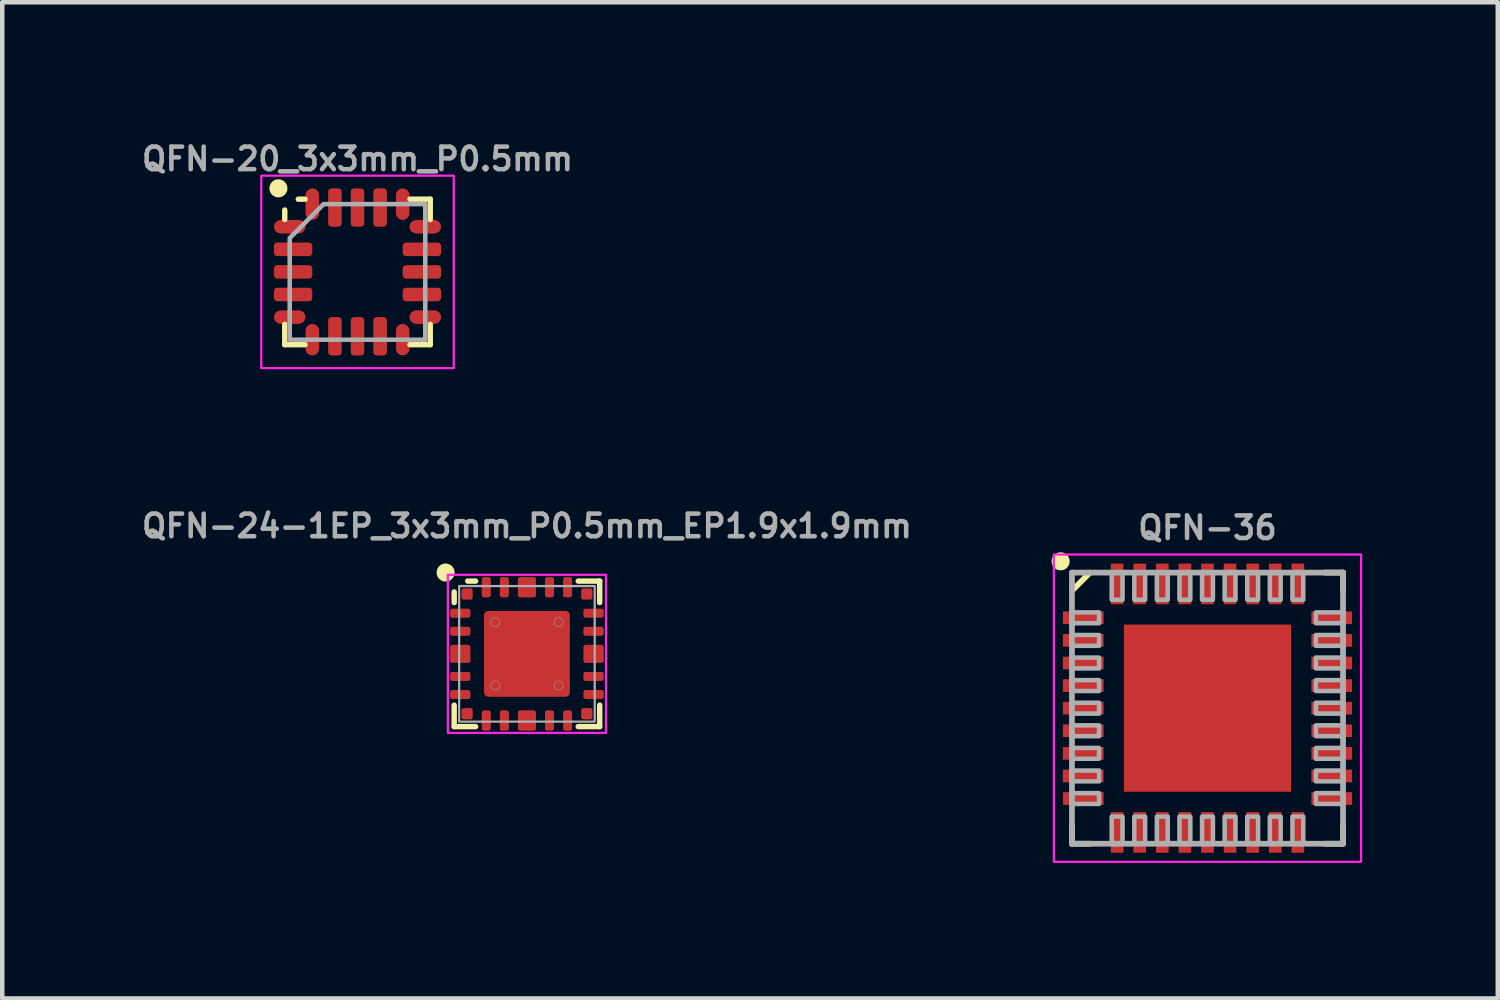
<source format=kicad_pcb>
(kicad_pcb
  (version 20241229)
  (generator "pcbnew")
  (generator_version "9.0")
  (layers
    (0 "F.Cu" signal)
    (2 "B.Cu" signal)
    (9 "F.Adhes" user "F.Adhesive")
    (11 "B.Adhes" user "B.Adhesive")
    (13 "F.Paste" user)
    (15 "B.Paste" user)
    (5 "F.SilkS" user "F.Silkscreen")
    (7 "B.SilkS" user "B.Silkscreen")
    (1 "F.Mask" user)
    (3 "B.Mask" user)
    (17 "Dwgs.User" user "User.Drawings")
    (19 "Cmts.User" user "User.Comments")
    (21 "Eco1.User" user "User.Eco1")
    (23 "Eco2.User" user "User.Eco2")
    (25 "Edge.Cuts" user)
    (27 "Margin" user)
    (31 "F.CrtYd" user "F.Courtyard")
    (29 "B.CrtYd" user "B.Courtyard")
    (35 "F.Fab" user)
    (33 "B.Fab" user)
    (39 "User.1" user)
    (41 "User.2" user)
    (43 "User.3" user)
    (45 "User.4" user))
  (footprint "QFN-36"
    (layer "F.Cu")
    (at 23.674 12.623)
    (property "Reference" "QFN-36" (at 0 -3.7 180) (layer "F.Fab") (effects (font (size 0.5 0.5) (thickness 0.1) (bold yes)) (justify bottom)))
    (fp_line (start -3 3) (end -3 2.6) (stroke (width 0.127) (type solid)) (layer "F.SilkS"))
    (fp_line (start -2.6 -3) (end -3 -2.6) (stroke (width 0.127) (type solid)) (layer "F.SilkS"))
    (fp_line (start -2.6 3) (end -3 3) (stroke (width 0.127) (type solid)) (layer "F.SilkS"))
    (fp_line (start 2.6 -3) (end 3 -3) (stroke (width 0.127) (type solid)) (layer "F.SilkS"))
    (fp_line (start 3 -3) (end 3 -2.6) (stroke (width 0.127) (type solid)) (layer "F.SilkS"))
    (fp_line (start 3 2.6) (end 3 3) (stroke (width 0.127) (type solid)) (layer "F.SilkS"))
    (fp_line (start 3 3) (end 2.6 3) (stroke (width 0.127) (type solid)) (layer "F.SilkS"))
    (fp_circle (center -3.25 -3.25) (end -3.25 -3.15) (stroke (width 0.2) (type solid)) (fill yes) (layer "F.SilkS"))
    (fp_poly (pts (xy -1.45 -0.15) (xy -0.15 -0.15) (xy -0.15 -1.45) (xy -1.45 -1.45)) (stroke (width 0) (type default)) (fill yes) (layer "F.Paste"))
    (fp_poly (pts (xy -0.15 1.45) (xy -0.15 0.15) (xy -1.45 0.15) (xy -1.45 1.45)) (stroke (width 0) (type default)) (fill yes) (layer "F.Paste"))
    (fp_poly (pts (xy 0.15 -1.45) (xy 0.15 -0.15) (xy 1.45 -0.15) (xy 1.45 -1.45)) (stroke (width 0) (type default)) (fill yes) (layer "F.Paste"))
    (fp_poly (pts (xy 1.45 0.15) (xy 0.15 0.15) (xy 0.15 1.45) (xy 1.45 1.45)) (stroke (width 0) (type default)) (fill yes) (layer "F.Paste"))
    (fp_rect (start 3.4 -3.4) (end -3.4 3.4) (stroke (width 0.05) (type default)) (fill no) (layer "F.CrtYd"))
    (fp_line (start -3 -3) (end -3 3) (stroke (width 0.127) (type solid)) (layer "F.Fab"))
    (fp_line (start -3 3) (end 3 3) (stroke (width 0.127) (type solid)) (layer "F.Fab"))
    (fp_line (start 3 -3) (end -3 -3) (stroke (width 0.127) (type solid)) (layer "F.Fab"))
    (fp_line (start 3 3) (end 3 -3) (stroke (width 0.127) (type solid)) (layer "F.Fab"))
    (fp_poly (pts (xy -3 -1.88) (xy -2.4 -1.88) (xy -2.4 -2.12) (xy -3 -2.12)) (stroke (width 0.1) (type default)) (fill no) (layer "F.Fab"))
    (fp_poly (pts (xy -3 -1.38) (xy -2.4 -1.38) (xy -2.4 -1.62) (xy -3 -1.62)) (stroke (width 0.1) (type default)) (fill no) (layer "F.Fab"))
    (fp_poly (pts (xy -3 -0.88) (xy -2.4 -0.88) (xy -2.4 -1.12) (xy -3 -1.12)) (stroke (width 0.1) (type default)) (fill no) (layer "F.Fab"))
    (fp_poly (pts (xy -3 -0.38) (xy -2.4 -0.38) (xy -2.4 -0.62) (xy -3 -0.62)) (stroke (width 0.1) (type default)) (fill no) (layer "F.Fab"))
    (fp_poly (pts (xy -3 0.12) (xy -2.4 0.12) (xy -2.4 -0.12) (xy -3 -0.12)) (stroke (width 0.1) (type default)) (fill no) (layer "F.Fab"))
    (fp_poly (pts (xy -3 0.62) (xy -2.4 0.62) (xy -2.4 0.38) (xy -3 0.38)) (stroke (width 0.1) (type default)) (fill no) (layer "F.Fab"))
    (fp_poly (pts (xy -3 1.12) (xy -2.4 1.12) (xy -2.4 0.88) (xy -3 0.88)) (stroke (width 0.1) (type default)) (fill no) (layer "F.Fab"))
    (fp_poly (pts (xy -3 1.62) (xy -2.4 1.62) (xy -2.4 1.38) (xy -3 1.38)) (stroke (width 0.1) (type default)) (fill no) (layer "F.Fab"))
    (fp_poly (pts (xy -3 2.12) (xy -2.4 2.12) (xy -2.4 1.88) (xy -3 1.88)) (stroke (width 0.1) (type default)) (fill no) (layer "F.Fab"))
    (fp_poly (pts (xy -2.12 -3) (xy -2.12 -2.4) (xy -1.88 -2.4) (xy -1.88 -3)) (stroke (width 0.1) (type default)) (fill no) (layer "F.Fab"))
    (fp_poly (pts (xy -1.88 3) (xy -1.88 2.4) (xy -2.12 2.4) (xy -2.12 3)) (stroke (width 0.1) (type default)) (fill no) (layer "F.Fab"))
    (fp_poly (pts (xy -1.62 -3) (xy -1.62 -2.4) (xy -1.38 -2.4) (xy -1.38 -3)) (stroke (width 0.1) (type default)) (fill no) (layer "F.Fab"))
    (fp_poly (pts (xy -1.38 3) (xy -1.38 2.4) (xy -1.62 2.4) (xy -1.62 3)) (stroke (width 0.1) (type default)) (fill no) (layer "F.Fab"))
    (fp_poly (pts (xy -1.12 -3) (xy -1.12 -2.4) (xy -0.88 -2.4) (xy -0.88 -3)) (stroke (width 0.1) (type default)) (fill no) (layer "F.Fab"))
    (fp_poly (pts (xy -0.88 3) (xy -0.88 2.4) (xy -1.12 2.4) (xy -1.12 3)) (stroke (width 0.1) (type default)) (fill no) (layer "F.Fab"))
    (fp_poly (pts (xy -0.62 -3) (xy -0.62 -2.4) (xy -0.38 -2.4) (xy -0.38 -3)) (stroke (width 0.1) (type default)) (fill no) (layer "F.Fab"))
    (fp_poly (pts (xy -0.38 3) (xy -0.38 2.4) (xy -0.62 2.4) (xy -0.62 3)) (stroke (width 0.1) (type default)) (fill no) (layer "F.Fab"))
    (fp_poly (pts (xy -0.12 -3) (xy -0.12 -2.4) (xy 0.12 -2.4) (xy 0.12 -3)) (stroke (width 0.1) (type default)) (fill no) (layer "F.Fab"))
    (fp_poly (pts (xy 0.12 3) (xy 0.12 2.4) (xy -0.12 2.4) (xy -0.12 3)) (stroke (width 0.1) (type default)) (fill no) (layer "F.Fab"))
    (fp_poly (pts (xy 0.38 -3) (xy 0.38 -2.4) (xy 0.62 -2.4) (xy 0.62 -3)) (stroke (width 0.1) (type default)) (fill no) (layer "F.Fab"))
    (fp_poly (pts (xy 0.62 3) (xy 0.62 2.4) (xy 0.38 2.4) (xy 0.38 3)) (stroke (width 0.1) (type default)) (fill no) (layer "F.Fab"))
    (fp_poly (pts (xy 0.88 -3) (xy 0.88 -2.4) (xy 1.12 -2.4) (xy 1.12 -3)) (stroke (width 0.1) (type default)) (fill no) (layer "F.Fab"))
    (fp_poly (pts (xy 1.12 3) (xy 1.12 2.4) (xy 0.88 2.4) (xy 0.88 3)) (stroke (width 0.1) (type default)) (fill no) (layer "F.Fab"))
    (fp_poly (pts (xy 1.38 -3) (xy 1.38 -2.4) (xy 1.62 -2.4) (xy 1.62 -3)) (stroke (width 0.1) (type default)) (fill no) (layer "F.Fab"))
    (fp_poly (pts (xy 1.62 3) (xy 1.62 2.4) (xy 1.38 2.4) (xy 1.38 3)) (stroke (width 0.1) (type default)) (fill no) (layer "F.Fab"))
    (fp_poly (pts (xy 1.88 -3) (xy 1.88 -2.4) (xy 2.12 -2.4) (xy 2.12 -3)) (stroke (width 0.1) (type default)) (fill no) (layer "F.Fab"))
    (fp_poly (pts (xy 2.12 3) (xy 2.12 2.4) (xy 1.88 2.4) (xy 1.88 3)) (stroke (width 0.1) (type default)) (fill no) (layer "F.Fab"))
    (fp_poly (pts (xy 3 -2.12) (xy 2.4 -2.12) (xy 2.4 -1.88) (xy 3 -1.88)) (stroke (width 0.1) (type default)) (fill no) (layer "F.Fab"))
    (fp_poly (pts (xy 3 -1.62) (xy 2.4 -1.62) (xy 2.4 -1.38) (xy 3 -1.38)) (stroke (width 0.1) (type default)) (fill no) (layer "F.Fab"))
    (fp_poly (pts (xy 3 -1.12) (xy 2.4 -1.12) (xy 2.4 -0.88) (xy 3 -0.88)) (stroke (width 0.1) (type default)) (fill no) (layer "F.Fab"))
    (fp_poly (pts (xy 3 -0.62) (xy 2.4 -0.62) (xy 2.4 -0.38) (xy 3 -0.38)) (stroke (width 0.1) (type default)) (fill no) (layer "F.Fab"))
    (fp_poly (pts (xy 3 -0.12) (xy 2.4 -0.12) (xy 2.4 0.12) (xy 3 0.12)) (stroke (width 0.1) (type default)) (fill no) (layer "F.Fab"))
    (fp_poly (pts (xy 3 0.38) (xy 2.4 0.38) (xy 2.4 0.62) (xy 3 0.62)) (stroke (width 0.1) (type default)) (fill no) (layer "F.Fab"))
    (fp_poly (pts (xy 3 0.88) (xy 2.4 0.88) (xy 2.4 1.12) (xy 3 1.12)) (stroke (width 0.1) (type default)) (fill no) (layer "F.Fab"))
    (fp_poly (pts (xy 3 1.38) (xy 2.4 1.38) (xy 2.4 1.62) (xy 3 1.62)) (stroke (width 0.1) (type default)) (fill no) (layer "F.Fab"))
    (fp_poly (pts (xy 3 1.88) (xy 2.4 1.88) (xy 2.4 2.12) (xy 3 2.12)) (stroke (width 0.1) (type default)) (fill no) (layer "F.Fab"))
    (pad "1" smd rect (at -2.75 -2) (size 0.9 0.28) (layers "F.Cu" "F.Mask" "F.Paste"))
    (pad "2" smd rect (at -2.75 -1.5) (size 0.9 0.28) (layers "F.Cu" "F.Mask" "F.Paste"))
    (pad "3" smd rect (at -2.75 -1) (size 0.9 0.28) (layers "F.Cu" "F.Mask" "F.Paste"))
    (pad "4" smd rect (at -2.75 -0.5) (size 0.9 0.28) (layers "F.Cu" "F.Mask" "F.Paste"))
    (pad "5" smd rect (at -2.75 0) (size 0.9 0.28) (layers "F.Cu" "F.Mask" "F.Paste"))
    (pad "6" smd rect (at -2.75 0.5) (size 0.9 0.28) (layers "F.Cu" "F.Mask" "F.Paste"))
    (pad "7" smd rect (at -2.75 1) (size 0.9 0.28) (layers "F.Cu" "F.Mask" "F.Paste"))
    (pad "8" smd rect (at -2.75 1.5) (size 0.9 0.28) (layers "F.Cu" "F.Mask" "F.Paste"))
    (pad "9" smd rect (at -2.75 2) (size 0.9 0.28) (layers "F.Cu" "F.Mask" "F.Paste"))
    (pad "10" smd rect (at -2 2.75 90) (size 0.9 0.28) (layers "F.Cu" "F.Mask" "F.Paste"))
    (pad "11" smd rect (at -1.5 2.75 90) (size 0.9 0.28) (layers "F.Cu" "F.Mask" "F.Paste"))
    (pad "12" smd rect (at -1 2.75 90) (size 0.9 0.28) (layers "F.Cu" "F.Mask" "F.Paste"))
    (pad "13" smd rect (at -0.5 2.75 90) (size 0.9 0.28) (layers "F.Cu" "F.Mask" "F.Paste"))
    (pad "14" smd rect (at 0 2.75 90) (size 0.9 0.28) (layers "F.Cu" "F.Mask" "F.Paste"))
    (pad "15" smd rect (at 0.5 2.75 90) (size 0.9 0.28) (layers "F.Cu" "F.Mask" "F.Paste"))
    (pad "16" smd rect (at 1 2.75 90) (size 0.9 0.28) (layers "F.Cu" "F.Mask" "F.Paste"))
    (pad "17" smd rect (at 1.5 2.75 90) (size 0.9 0.28) (layers "F.Cu" "F.Mask" "F.Paste"))
    (pad "18" smd rect (at 2 2.75 90) (size 0.9 0.28) (layers "F.Cu" "F.Mask" "F.Paste"))
    (pad "19" smd rect (at 2.75 2 180) (size 0.9 0.28) (layers "F.Cu" "F.Mask" "F.Paste"))
    (pad "20" smd rect (at 2.75 1.5 180) (size 0.9 0.28) (layers "F.Cu" "F.Mask" "F.Paste"))
    (pad "21" smd rect (at 2.75 1 180) (size 0.9 0.28) (layers "F.Cu" "F.Mask" "F.Paste"))
    (pad "22" smd rect (at 2.75 0.5 180) (size 0.9 0.28) (layers "F.Cu" "F.Mask" "F.Paste"))
    (pad "23" smd rect (at 2.75 0 180) (size 0.9 0.28) (layers "F.Cu" "F.Mask" "F.Paste"))
    (pad "24" smd rect (at 2.75 -0.5 180) (size 0.9 0.28) (layers "F.Cu" "F.Mask" "F.Paste"))
    (pad "25" smd rect (at 2.75 -1 180) (size 0.9 0.28) (layers "F.Cu" "F.Mask" "F.Paste"))
    (pad "26" smd rect (at 2.75 -1.5 180) (size 0.9 0.28) (layers "F.Cu" "F.Mask" "F.Paste"))
    (pad "27" smd rect (at 2.75 -2 180) (size 0.9 0.28) (layers "F.Cu" "F.Mask" "F.Paste"))
    (pad "28" smd rect (at 2 -2.75 270) (size 0.9 0.28) (layers "F.Cu" "F.Mask" "F.Paste"))
    (pad "29" smd rect (at 1.5 -2.75 270) (size 0.9 0.28) (layers "F.Cu" "F.Mask" "F.Paste"))
    (pad "30" smd rect (at 1 -2.75 270) (size 0.9 0.28) (layers "F.Cu" "F.Mask" "F.Paste"))
    (pad "31" smd rect (at 0.5 -2.75 270) (size 0.9 0.28) (layers "F.Cu" "F.Mask" "F.Paste"))
    (pad "32" smd rect (at 0 -2.75 270) (size 0.9 0.28) (layers "F.Cu" "F.Mask" "F.Paste"))
    (pad "33" smd rect (at -0.5 -2.75 270) (size 0.9 0.28) (layers "F.Cu" "F.Mask" "F.Paste"))
    (pad "34" smd rect (at -1 -2.75 270) (size 0.9 0.28) (layers "F.Cu" "F.Mask" "F.Paste"))
    (pad "35" smd rect (at -1.5 -2.75 270) (size 0.9 0.28) (layers "F.Cu" "F.Mask" "F.Paste"))
    (pad "36" smd rect (at -2 -2.75 270) (size 0.9 0.28) (layers "F.Cu" "F.Mask" "F.Paste"))
    (pad "EP" smd rect (at 0 0) (size 3.7 3.7) (layers "F.Cu" "F.Mask")))
  (footprint "QFN-24-1EP_3x3mm_P0.5mm_EP1.9x1.9mm"
    (layer "F.Cu")
    (at 8.612 11.421)
    (property "Reference" "QFN-24-1EP_3x3mm_P0.5mm_EP1.9x1.9mm" (at 0 -2.83 0) (layer "F.Fab") (effects (font (size 0.5 0.5) (thickness 0.1))))
    (attr smd)
    (fp_line (start -1.61 -1.135) (end -1.61 -1.37) (stroke (width 0.12) (type solid)) (layer "F.SilkS"))
    (fp_line (start -1.61 1.61) (end -1.61 1.135) (stroke (width 0.12) (type solid)) (layer "F.SilkS"))
    (fp_line (start -1.135 -1.61) (end -1.31 -1.61) (stroke (width 0.12) (type solid)) (layer "F.SilkS"))
    (fp_line (start -1.135 1.61) (end -1.61 1.61) (stroke (width 0.12) (type solid)) (layer "F.SilkS"))
    (fp_line (start 1.135 -1.61) (end 1.61 -1.61) (stroke (width 0.12) (type solid)) (layer "F.SilkS"))
    (fp_line (start 1.135 1.61) (end 1.61 1.61) (stroke (width 0.12) (type solid)) (layer "F.SilkS"))
    (fp_line (start 1.61 -1.61) (end 1.61 -1.135) (stroke (width 0.12) (type solid)) (layer "F.SilkS"))
    (fp_line (start 1.61 1.61) (end 1.61 1.135) (stroke (width 0.12) (type solid)) (layer "F.SilkS"))
    (fp_circle (center -1.8 -1.8) (end -1.9 -1.8) (stroke (width 0.2) (type solid)) (fill yes) (layer "F.SilkS"))
    (fp_rect (start -1.75 -1.75) (end 1.75 1.75) (stroke (width 0.05) (type default)) (fill no) (layer "F.CrtYd"))
    (fp_rect (start -1.5 -1.5) (end 1.5 1.5) (stroke (width 0.05) (type default)) (fill no) (layer "F.Fab"))
    (fp_circle (center -0.7 -0.7) (end -0.6 -0.7) (stroke (width 0.01) (type default)) (fill no) (layer "F.Fab"))
    (fp_circle (center -0.7 0.7) (end -0.6 0.7) (stroke (width 0.01) (type default)) (fill no) (layer "F.Fab"))
    (fp_circle (center 0.7 -0.7) (end 0.8 -0.7) (stroke (width 0.01) (type default)) (fill no) (layer "F.Fab"))
    (fp_circle (center 0.7 0.7) (end 0.8 0.7) (stroke (width 0.01) (type default)) (fill no) (layer "F.Fab"))
    (pad "" smd roundrect (at -0.36 -0.36) (size 0.58 0.58) (layers "F.Paste") (roundrect_rratio 0.25))
    (pad "" smd roundrect (at -0.36 0.36) (size 0.58 0.58) (layers "F.Paste") (roundrect_rratio 0.25))
    (pad "" smd roundrect (at 0.36 -0.36) (size 0.58 0.58) (layers "F.Paste") (roundrect_rratio 0.25))
    (pad "" smd roundrect (at 0.36 0.36) (size 0.58 0.58) (layers "F.Paste") (roundrect_rratio 0.25))
    (pad "1" smd roundrect (at -1.475 -0.9) (size 0.45 0.2) (layers "F.Cu" "F.Mask" "F.Paste") (roundrect_rratio 0.25))
    (pad "2" smd roundrect (at -1.475 -0.5) (size 0.45 0.2) (layers "F.Cu" "F.Mask" "F.Paste") (roundrect_rratio 0.25))
    (pad "3" smd roundrect (at -1.475 0) (size 0.45 0.4) (layers "F.Cu" "F.Mask" "F.Paste") (roundrect_rratio 0.125))
    (pad "4" smd roundrect (at -1.475 0.5) (size 0.45 0.2) (layers "F.Cu" "F.Mask" "F.Paste") (roundrect_rratio 0.25))
    (pad "5" smd roundrect (at -1.475 0.9) (size 0.45 0.2) (layers "F.Cu" "F.Mask" "F.Paste") (roundrect_rratio 0.25))
    (pad "6" smd roundrect (at -1.325 1.325 90) (size 0.25 0.25) (layers "F.Cu" "F.Mask" "F.Paste") (roundrect_rratio 0.2))
    (pad "7" smd roundrect (at -0.9 1.475 90) (size 0.45 0.2) (layers "F.Cu" "F.Mask" "F.Paste") (roundrect_rratio 0.25))
    (pad "8" smd roundrect (at -0.5 1.475 90) (size 0.45 0.2) (layers "F.Cu" "F.Mask" "F.Paste") (roundrect_rratio 0.25))
    (pad "9" smd roundrect (at 0 1.475 90) (size 0.45 0.4) (layers "F.Cu" "F.Mask" "F.Paste") (roundrect_rratio 0.125))
    (pad "10" smd roundrect (at 0.5 1.475 90) (size 0.45 0.2) (layers "F.Cu" "F.Mask" "F.Paste") (roundrect_rratio 0.25))
    (pad "11" smd roundrect (at 0.9 1.475 90) (size 0.45 0.2) (layers "F.Cu" "F.Mask" "F.Paste") (roundrect_rratio 0.25))
    (pad "12" smd roundrect (at 1.325 1.325 180) (size 0.25 0.25) (layers "F.Cu" "F.Mask" "F.Paste") (roundrect_rratio 0.2))
    (pad "13" smd roundrect (at 1.475 0.9 180) (size 0.45 0.2) (layers "F.Cu" "F.Mask" "F.Paste") (roundrect_rratio 0.25))
    (pad "14" smd roundrect (at 1.475 0.5 180) (size 0.45 0.2) (layers "F.Cu" "F.Mask" "F.Paste") (roundrect_rratio 0.25))
    (pad "15" smd roundrect (at 1.475 0 180) (size 0.45 0.4) (layers "F.Cu" "F.Mask" "F.Paste") (roundrect_rratio 0.125))
    (pad "16" smd roundrect (at 1.475 -0.5 180) (size 0.45 0.2) (layers "F.Cu" "F.Mask" "F.Paste") (roundrect_rratio 0.25))
    (pad "17" smd roundrect (at 1.475 -0.9 180) (size 0.45 0.2) (layers "F.Cu" "F.Mask" "F.Paste") (roundrect_rratio 0.25))
    (pad "18" smd roundrect (at 1.325 -1.325 270) (size 0.25 0.25) (layers "F.Cu" "F.Mask" "F.Paste") (roundrect_rratio 0.2))
    (pad "19" smd roundrect (at 0.9 -1.475 270) (size 0.45 0.2) (layers "F.Cu" "F.Mask" "F.Paste") (roundrect_rratio 0.25))
    (pad "20" smd roundrect (at 0.5 -1.475 270) (size 0.45 0.2) (layers "F.Cu" "F.Mask" "F.Paste") (roundrect_rratio 0.25))
    (pad "21" smd roundrect (at 0 -1.475 270) (size 0.45 0.4) (layers "F.Cu" "F.Mask" "F.Paste") (roundrect_rratio 0.125))
    (pad "22" smd roundrect (at -0.5 -1.475 270) (size 0.45 0.2) (layers "F.Cu" "F.Mask" "F.Paste") (roundrect_rratio 0.25))
    (pad "23" smd roundrect (at -0.9 -1.475 270) (size 0.45 0.2) (layers "F.Cu" "F.Mask" "F.Paste") (roundrect_rratio 0.25))
    (pad "24" smd roundrect (at -1.325 -1.325) (size 0.25 0.25) (layers "F.Cu" "F.Mask" "F.Paste") (roundrect_rratio 0.2))
    (pad "25" smd roundrect (at 0 0) (size 1.9 1.9) (property pad_prop_heatsink) (layers "F.Cu" "F.Mask") (roundrect_rratio 0.05)))
  (footprint "QFN-20_3x3mm_P0.5mm"
    (layer "F.Cu")
    (at 4.862 2.968)
    (property "Reference" "QFN-20_3x3mm_P0.5mm" (at 0 -2.5 0) (unlocked yes) (layer "F.Fab") (effects (font (size 0.5 0.5) (thickness 0.1) (bold yes))))
    (attr smd)
    (fp_line (start -1.61 -1.16) (end -1.61 -1.37) (stroke (width 0.12) (type solid)) (layer "F.SilkS"))
    (fp_line (start -1.61 1.61) (end -1.61 1.16) (stroke (width 0.12) (type solid)) (layer "F.SilkS"))
    (fp_line (start -1.16 -1.61) (end -1.31 -1.61) (stroke (width 0.12) (type solid)) (layer "F.SilkS"))
    (fp_line (start -1.16 1.61) (end -1.61 1.61) (stroke (width 0.12) (type solid)) (layer "F.SilkS"))
    (fp_line (start 1.16 -1.61) (end 1.61 -1.61) (stroke (width 0.12) (type solid)) (layer "F.SilkS"))
    (fp_line (start 1.16 1.61) (end 1.61 1.61) (stroke (width 0.12) (type solid)) (layer "F.SilkS"))
    (fp_line (start 1.61 -1.61) (end 1.61 -1.16) (stroke (width 0.12) (type solid)) (layer "F.SilkS"))
    (fp_line (start 1.61 1.61) (end 1.61 1.16) (stroke (width 0.12) (type solid)) (layer "F.SilkS"))
    (fp_circle (center -1.75 -1.85) (end -1.85 -1.85) (stroke (width 0.2) (type solid)) (fill yes) (layer "F.SilkS"))
    (fp_rect (start -2.13 -2.13) (end 2.13 2.13) (stroke (width 0.05) (type solid)) (fill no) (layer "F.CrtYd"))
    (fp_poly (pts (xy -1.5 -0.75) (xy -1.5 1.5) (xy 1.5 1.5) (xy 1.5 -1.5) (xy -0.75 -1.5)) (stroke (width 0.1) (type solid)) (fill no) (layer "F.Fab"))
    (pad "1" smd roundrect (at -1.5 -1 90) (size 0.3 0.7) (layers "F.Cu" "F.Mask" "F.Paste") (roundrect_rratio 0.5))
    (pad "2" smd roundrect (at -1.425 -0.5 90) (size 0.3 0.85) (layers "F.Cu" "F.Mask" "F.Paste") (roundrect_rratio 0.25))
    (pad "3" smd roundrect (at -1.425 0 90) (size 0.3 0.85) (layers "F.Cu" "F.Mask" "F.Paste") (roundrect_rratio 0.25))
    (pad "4" smd roundrect (at -1.425 0.5 90) (size 0.3 0.85) (layers "F.Cu" "F.Mask" "F.Paste") (roundrect_rratio 0.25))
    (pad "5" smd roundrect (at -1.5 1 90) (size 0.3 0.7) (layers "F.Cu" "F.Mask" "F.Paste") (roundrect_rratio 0.5))
    (pad "6" smd roundrect (at -1 1.5) (size 0.3 0.7) (layers "F.Cu" "F.Mask" "F.Paste") (roundrect_rratio 0.5))
    (pad "7" smd roundrect (at -0.5 1.425) (size 0.3 0.85) (layers "F.Cu" "F.Mask" "F.Paste") (roundrect_rratio 0.25))
    (pad "8" smd roundrect (at 0 1.425) (size 0.3 0.85) (layers "F.Cu" "F.Mask" "F.Paste") (roundrect_rratio 0.25))
    (pad "9" smd roundrect (at 0.5 1.425) (size 0.3 0.85) (layers "F.Cu" "F.Mask" "F.Paste") (roundrect_rratio 0.25))
    (pad "10" smd roundrect (at 1 1.5) (size 0.3 0.7) (layers "F.Cu" "F.Mask" "F.Paste") (roundrect_rratio 0.5))
    (pad "11" smd roundrect (at 1.5 1 90) (size 0.3 0.7) (layers "F.Cu" "F.Mask" "F.Paste") (roundrect_rratio 0.5))
    (pad "12" smd roundrect (at 1.425 0.5 90) (size 0.3 0.85) (layers "F.Cu" "F.Mask" "F.Paste") (roundrect_rratio 0.25))
    (pad "13" smd roundrect (at 1.425 0 90) (size 0.3 0.85) (layers "F.Cu" "F.Mask" "F.Paste") (roundrect_rratio 0.25))
    (pad "14" smd roundrect (at 1.425 -0.5 90) (size 0.3 0.85) (layers "F.Cu" "F.Mask" "F.Paste") (roundrect_rratio 0.25))
    (pad "15" smd roundrect (at 1.5 -1 90) (size 0.3 0.7) (layers "F.Cu" "F.Mask" "F.Paste") (roundrect_rratio 0.5))
    (pad "16" smd roundrect (at 1 -1.5) (size 0.3 0.7) (layers "F.Cu" "F.Mask" "F.Paste") (roundrect_rratio 0.5))
    (pad "17" smd roundrect (at 0.5 -1.425) (size 0.3 0.85) (layers "F.Cu" "F.Mask" "F.Paste") (roundrect_rratio 0.25))
    (pad "18" smd roundrect (at 0 -1.425) (size 0.3 0.85) (layers "F.Cu" "F.Mask" "F.Paste") (roundrect_rratio 0.25))
    (pad "19" smd roundrect (at -0.5 -1.425) (size 0.3 0.85) (layers "F.Cu" "F.Mask" "F.Paste") (roundrect_rratio 0.25))
    (pad "20" smd roundrect (at -1 -1.5) (size 0.3 0.7) (layers "F.Cu" "F.Mask" "F.Paste") (roundrect_rratio 0.5)))
  (gr_rect
    (start -3 -3)
    (end 30.099 19.048)
    (stroke (width 0.1) (type default))
    (fill no)
    (layer "Edge.Cuts")))
</source>
